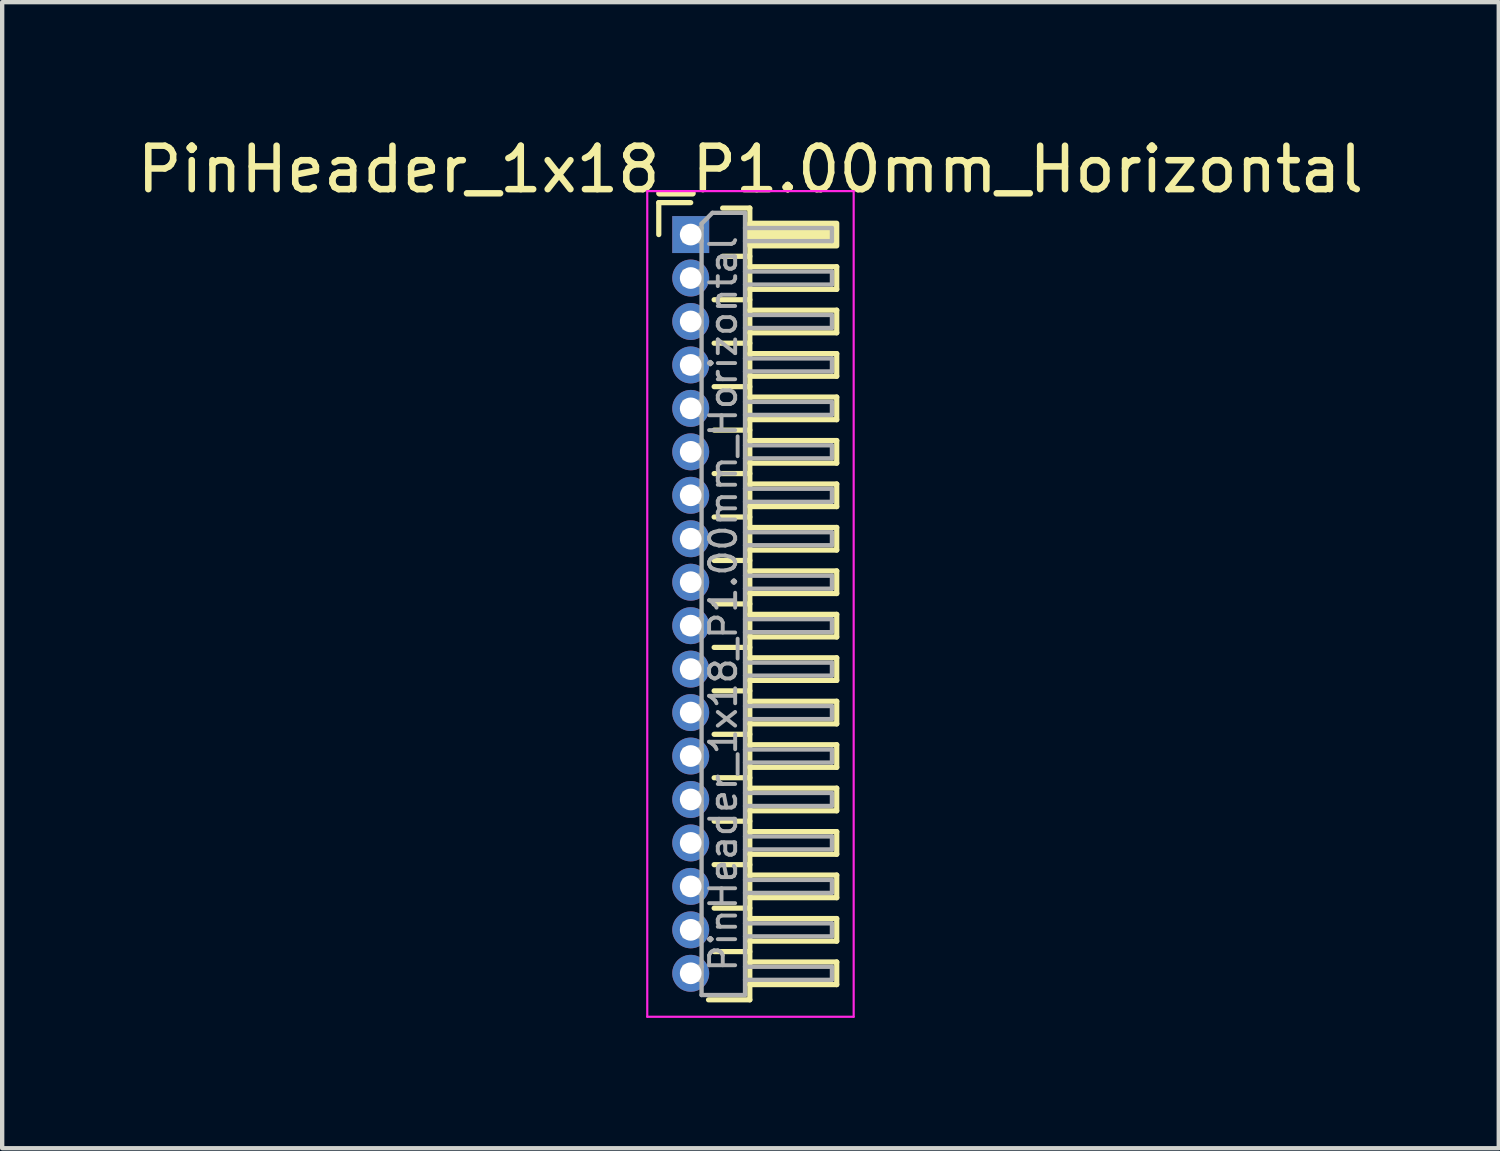
<source format=kicad_pcb>
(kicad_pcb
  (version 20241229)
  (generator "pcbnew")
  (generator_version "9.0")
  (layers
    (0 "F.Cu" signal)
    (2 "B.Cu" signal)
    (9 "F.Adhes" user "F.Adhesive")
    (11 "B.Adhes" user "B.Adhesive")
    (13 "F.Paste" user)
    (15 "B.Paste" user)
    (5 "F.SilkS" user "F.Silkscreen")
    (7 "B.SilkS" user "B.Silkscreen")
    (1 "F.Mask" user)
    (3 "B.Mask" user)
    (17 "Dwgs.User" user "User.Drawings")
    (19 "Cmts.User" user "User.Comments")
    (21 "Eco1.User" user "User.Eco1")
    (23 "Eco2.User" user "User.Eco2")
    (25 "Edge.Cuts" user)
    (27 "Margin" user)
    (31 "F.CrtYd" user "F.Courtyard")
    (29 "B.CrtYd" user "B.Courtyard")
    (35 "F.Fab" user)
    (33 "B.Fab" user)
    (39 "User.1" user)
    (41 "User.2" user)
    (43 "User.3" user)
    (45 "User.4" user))
  (footprint "PinHeader_1x18_P1.00mm_Horizontal"
    (layer "F.Cu")
    (at 12.845 2.348)
    (property "Reference" "PinHeader_1x18_P1.00mm_Horizontal" (at 1.375 -1.5 0) (layer "F.SilkS") (effects (font (size 1 1) (thickness 0.15))))
    (attr through_hole)
    (fp_line (start -0.735 -0.735) (end 0 -0.735) (stroke (width 0.12) (type solid)) (layer "F.SilkS"))
    (fp_line (start -0.735 0) (end -0.735 -0.735) (stroke (width 0.12) (type solid)) (layer "F.SilkS"))
    (fp_line (start 0.539 1.5) (end 1.36 1.5) (stroke (width 0.12) (type solid)) (layer "F.SilkS"))
    (fp_line (start 0.539 2.5) (end 1.36 2.5) (stroke (width 0.12) (type solid)) (layer "F.SilkS"))
    (fp_line (start 0.539 3.5) (end 1.36 3.5) (stroke (width 0.12) (type solid)) (layer "F.SilkS"))
    (fp_line (start 0.539 4.5) (end 1.36 4.5) (stroke (width 0.12) (type solid)) (layer "F.SilkS"))
    (fp_line (start 0.539 5.5) (end 1.36 5.5) (stroke (width 0.12) (type solid)) (layer "F.SilkS"))
    (fp_line (start 0.539 6.5) (end 1.36 6.5) (stroke (width 0.12) (type solid)) (layer "F.SilkS"))
    (fp_line (start 0.539 7.5) (end 1.36 7.5) (stroke (width 0.12) (type solid)) (layer "F.SilkS"))
    (fp_line (start 0.539 8.5) (end 1.36 8.5) (stroke (width 0.12) (type solid)) (layer "F.SilkS"))
    (fp_line (start 0.539 9.5) (end 1.36 9.5) (stroke (width 0.12) (type solid)) (layer "F.SilkS"))
    (fp_line (start 0.539 10.5) (end 1.36 10.5) (stroke (width 0.12) (type solid)) (layer "F.SilkS"))
    (fp_line (start 0.539 11.5) (end 1.36 11.5) (stroke (width 0.12) (type solid)) (layer "F.SilkS"))
    (fp_line (start 0.539 12.5) (end 1.36 12.5) (stroke (width 0.12) (type solid)) (layer "F.SilkS"))
    (fp_line (start 0.539 13.5) (end 1.36 13.5) (stroke (width 0.12) (type solid)) (layer "F.SilkS"))
    (fp_line (start 0.539 14.5) (end 1.36 14.5) (stroke (width 0.12) (type solid)) (layer "F.SilkS"))
    (fp_line (start 0.539 15.5) (end 1.36 15.5) (stroke (width 0.12) (type solid)) (layer "F.SilkS"))
    (fp_line (start 0.539 16.5) (end 1.36 16.5) (stroke (width 0.12) (type solid)) (layer "F.SilkS"))
    (fp_line (start 0.735 -0.61) (end 1.36 -0.61) (stroke (width 0.12) (type solid)) (layer "F.SilkS"))
    (fp_line (start 0.735 0.5) (end 1.36 0.5) (stroke (width 0.12) (type solid)) (layer "F.SilkS"))
    (fp_line (start 1.36 -0.61) (end 1.36 17.61) (stroke (width 0.12) (type solid)) (layer "F.SilkS"))
    (fp_line (start 1.36 0.74) (end 3.36 0.74) (stroke (width 0.12) (type solid)) (layer "F.SilkS"))
    (fp_line (start 1.36 1.74) (end 3.36 1.74) (stroke (width 0.12) (type solid)) (layer "F.SilkS"))
    (fp_line (start 1.36 2.74) (end 3.36 2.74) (stroke (width 0.12) (type solid)) (layer "F.SilkS"))
    (fp_line (start 1.36 3.74) (end 3.36 3.74) (stroke (width 0.12) (type solid)) (layer "F.SilkS"))
    (fp_line (start 1.36 4.74) (end 3.36 4.74) (stroke (width 0.12) (type solid)) (layer "F.SilkS"))
    (fp_line (start 1.36 5.74) (end 3.36 5.74) (stroke (width 0.12) (type solid)) (layer "F.SilkS"))
    (fp_line (start 1.36 6.74) (end 3.36 6.74) (stroke (width 0.12) (type solid)) (layer "F.SilkS"))
    (fp_line (start 1.36 7.74) (end 3.36 7.74) (stroke (width 0.12) (type solid)) (layer "F.SilkS"))
    (fp_line (start 1.36 8.74) (end 3.36 8.74) (stroke (width 0.12) (type solid)) (layer "F.SilkS"))
    (fp_line (start 1.36 9.74) (end 3.36 9.74) (stroke (width 0.12) (type solid)) (layer "F.SilkS"))
    (fp_line (start 1.36 10.74) (end 3.36 10.74) (stroke (width 0.12) (type solid)) (layer "F.SilkS"))
    (fp_line (start 1.36 11.74) (end 3.36 11.74) (stroke (width 0.12) (type solid)) (layer "F.SilkS"))
    (fp_line (start 1.36 12.74) (end 3.36 12.74) (stroke (width 0.12) (type solid)) (layer "F.SilkS"))
    (fp_line (start 1.36 13.74) (end 3.36 13.74) (stroke (width 0.12) (type solid)) (layer "F.SilkS"))
    (fp_line (start 1.36 14.74) (end 3.36 14.74) (stroke (width 0.12) (type solid)) (layer "F.SilkS"))
    (fp_line (start 1.36 15.74) (end 3.36 15.74) (stroke (width 0.12) (type solid)) (layer "F.SilkS"))
    (fp_line (start 1.36 16.74) (end 3.36 16.74) (stroke (width 0.12) (type solid)) (layer "F.SilkS"))
    (fp_line (start 1.36 17.61) (end 0.41 17.61) (stroke (width 0.12) (type solid)) (layer "F.SilkS"))
    (fp_line (start 3.36 0.74) (end 3.36 1.26) (stroke (width 0.12) (type solid)) (layer "F.SilkS"))
    (fp_line (start 3.36 1.26) (end 1.36 1.26) (stroke (width 0.12) (type solid)) (layer "F.SilkS"))
    (fp_line (start 3.36 1.74) (end 3.36 2.26) (stroke (width 0.12) (type solid)) (layer "F.SilkS"))
    (fp_line (start 3.36 2.26) (end 1.36 2.26) (stroke (width 0.12) (type solid)) (layer "F.SilkS"))
    (fp_line (start 3.36 2.74) (end 3.36 3.26) (stroke (width 0.12) (type solid)) (layer "F.SilkS"))
    (fp_line (start 3.36 3.26) (end 1.36 3.26) (stroke (width 0.12) (type solid)) (layer "F.SilkS"))
    (fp_line (start 3.36 3.74) (end 3.36 4.26) (stroke (width 0.12) (type solid)) (layer "F.SilkS"))
    (fp_line (start 3.36 4.26) (end 1.36 4.26) (stroke (width 0.12) (type solid)) (layer "F.SilkS"))
    (fp_line (start 3.36 4.74) (end 3.36 5.26) (stroke (width 0.12) (type solid)) (layer "F.SilkS"))
    (fp_line (start 3.36 5.26) (end 1.36 5.26) (stroke (width 0.12) (type solid)) (layer "F.SilkS"))
    (fp_line (start 3.36 5.74) (end 3.36 6.26) (stroke (width 0.12) (type solid)) (layer "F.SilkS"))
    (fp_line (start 3.36 6.26) (end 1.36 6.26) (stroke (width 0.12) (type solid)) (layer "F.SilkS"))
    (fp_line (start 3.36 6.74) (end 3.36 7.26) (stroke (width 0.12) (type solid)) (layer "F.SilkS"))
    (fp_line (start 3.36 7.26) (end 1.36 7.26) (stroke (width 0.12) (type solid)) (layer "F.SilkS"))
    (fp_line (start 3.36 7.74) (end 3.36 8.26) (stroke (width 0.12) (type solid)) (layer "F.SilkS"))
    (fp_line (start 3.36 8.26) (end 1.36 8.26) (stroke (width 0.12) (type solid)) (layer "F.SilkS"))
    (fp_line (start 3.36 8.74) (end 3.36 9.26) (stroke (width 0.12) (type solid)) (layer "F.SilkS"))
    (fp_line (start 3.36 9.26) (end 1.36 9.26) (stroke (width 0.12) (type solid)) (layer "F.SilkS"))
    (fp_line (start 3.36 9.74) (end 3.36 10.26) (stroke (width 0.12) (type solid)) (layer "F.SilkS"))
    (fp_line (start 3.36 10.26) (end 1.36 10.26) (stroke (width 0.12) (type solid)) (layer "F.SilkS"))
    (fp_line (start 3.36 10.74) (end 3.36 11.26) (stroke (width 0.12) (type solid)) (layer "F.SilkS"))
    (fp_line (start 3.36 11.26) (end 1.36 11.26) (stroke (width 0.12) (type solid)) (layer "F.SilkS"))
    (fp_line (start 3.36 11.74) (end 3.36 12.26) (stroke (width 0.12) (type solid)) (layer "F.SilkS"))
    (fp_line (start 3.36 12.26) (end 1.36 12.26) (stroke (width 0.12) (type solid)) (layer "F.SilkS"))
    (fp_line (start 3.36 12.74) (end 3.36 13.26) (stroke (width 0.12) (type solid)) (layer "F.SilkS"))
    (fp_line (start 3.36 13.26) (end 1.36 13.26) (stroke (width 0.12) (type solid)) (layer "F.SilkS"))
    (fp_line (start 3.36 13.74) (end 3.36 14.26) (stroke (width 0.12) (type solid)) (layer "F.SilkS"))
    (fp_line (start 3.36 14.26) (end 1.36 14.26) (stroke (width 0.12) (type solid)) (layer "F.SilkS"))
    (fp_line (start 3.36 14.74) (end 3.36 15.26) (stroke (width 0.12) (type solid)) (layer "F.SilkS"))
    (fp_line (start 3.36 15.26) (end 1.36 15.26) (stroke (width 0.12) (type solid)) (layer "F.SilkS"))
    (fp_line (start 3.36 15.74) (end 3.36 16.26) (stroke (width 0.12) (type solid)) (layer "F.SilkS"))
    (fp_line (start 3.36 16.26) (end 1.36 16.26) (stroke (width 0.12) (type solid)) (layer "F.SilkS"))
    (fp_line (start 3.36 16.74) (end 3.36 17.26) (stroke (width 0.12) (type solid)) (layer "F.SilkS"))
    (fp_line (start 3.36 17.26) (end 1.36 17.26) (stroke (width 0.12) (type solid)) (layer "F.SilkS"))
    (fp_rect (start 1.36 -0.26) (end 3.36 0.26) (stroke (width 0.12) (type solid)) (fill yes) (layer "F.SilkS"))
    (fp_line (start -1 -1) (end -1 18) (stroke (width 0.05) (type solid)) (layer "F.CrtYd"))
    (fp_line (start -1 18) (end 3.75 18) (stroke (width 0.05) (type solid)) (layer "F.CrtYd"))
    (fp_line (start 3.75 -1) (end -1 -1) (stroke (width 0.05) (type solid)) (layer "F.CrtYd"))
    (fp_line (start 3.75 18) (end 3.75 -1) (stroke (width 0.05) (type solid)) (layer "F.CrtYd"))
    (fp_line (start -0.15 -0.15) (end -0.15 0.15) (stroke (width 0.1) (type solid)) (layer "F.Fab"))
    (fp_line (start -0.15 -0.15) (end 0.25 -0.15) (stroke (width 0.1) (type solid)) (layer "F.Fab"))
    (fp_line (start -0.15 0.15) (end 0.25 0.15) (stroke (width 0.1) (type solid)) (layer "F.Fab"))
    (fp_line (start -0.15 0.85) (end -0.15 1.15) (stroke (width 0.1) (type solid)) (layer "F.Fab"))
    (fp_line (start -0.15 0.85) (end 0.25 0.85) (stroke (width 0.1) (type solid)) (layer "F.Fab"))
    (fp_line (start -0.15 1.15) (end 0.25 1.15) (stroke (width 0.1) (type solid)) (layer "F.Fab"))
    (fp_line (start -0.15 1.85) (end -0.15 2.15) (stroke (width 0.1) (type solid)) (layer "F.Fab"))
    (fp_line (start -0.15 1.85) (end 0.25 1.85) (stroke (width 0.1) (type solid)) (layer "F.Fab"))
    (fp_line (start -0.15 2.15) (end 0.25 2.15) (stroke (width 0.1) (type solid)) (layer "F.Fab"))
    (fp_line (start -0.15 2.85) (end -0.15 3.15) (stroke (width 0.1) (type solid)) (layer "F.Fab"))
    (fp_line (start -0.15 2.85) (end 0.25 2.85) (stroke (width 0.1) (type solid)) (layer "F.Fab"))
    (fp_line (start -0.15 3.15) (end 0.25 3.15) (stroke (width 0.1) (type solid)) (layer "F.Fab"))
    (fp_line (start -0.15 3.85) (end -0.15 4.15) (stroke (width 0.1) (type solid)) (layer "F.Fab"))
    (fp_line (start -0.15 3.85) (end 0.25 3.85) (stroke (width 0.1) (type solid)) (layer "F.Fab"))
    (fp_line (start -0.15 4.15) (end 0.25 4.15) (stroke (width 0.1) (type solid)) (layer "F.Fab"))
    (fp_line (start -0.15 4.85) (end -0.15 5.15) (stroke (width 0.1) (type solid)) (layer "F.Fab"))
    (fp_line (start -0.15 4.85) (end 0.25 4.85) (stroke (width 0.1) (type solid)) (layer "F.Fab"))
    (fp_line (start -0.15 5.15) (end 0.25 5.15) (stroke (width 0.1) (type solid)) (layer "F.Fab"))
    (fp_line (start -0.15 5.85) (end -0.15 6.15) (stroke (width 0.1) (type solid)) (layer "F.Fab"))
    (fp_line (start -0.15 5.85) (end 0.25 5.85) (stroke (width 0.1) (type solid)) (layer "F.Fab"))
    (fp_line (start -0.15 6.15) (end 0.25 6.15) (stroke (width 0.1) (type solid)) (layer "F.Fab"))
    (fp_line (start -0.15 6.85) (end -0.15 7.15) (stroke (width 0.1) (type solid)) (layer "F.Fab"))
    (fp_line (start -0.15 6.85) (end 0.25 6.85) (stroke (width 0.1) (type solid)) (layer "F.Fab"))
    (fp_line (start -0.15 7.15) (end 0.25 7.15) (stroke (width 0.1) (type solid)) (layer "F.Fab"))
    (fp_line (start -0.15 7.85) (end -0.15 8.15) (stroke (width 0.1) (type solid)) (layer "F.Fab"))
    (fp_line (start -0.15 7.85) (end 0.25 7.85) (stroke (width 0.1) (type solid)) (layer "F.Fab"))
    (fp_line (start -0.15 8.15) (end 0.25 8.15) (stroke (width 0.1) (type solid)) (layer "F.Fab"))
    (fp_line (start -0.15 8.85) (end -0.15 9.15) (stroke (width 0.1) (type solid)) (layer "F.Fab"))
    (fp_line (start -0.15 8.85) (end 0.25 8.85) (stroke (width 0.1) (type solid)) (layer "F.Fab"))
    (fp_line (start -0.15 9.15) (end 0.25 9.15) (stroke (width 0.1) (type solid)) (layer "F.Fab"))
    (fp_line (start -0.15 9.85) (end -0.15 10.15) (stroke (width 0.1) (type solid)) (layer "F.Fab"))
    (fp_line (start -0.15 9.85) (end 0.25 9.85) (stroke (width 0.1) (type solid)) (layer "F.Fab"))
    (fp_line (start -0.15 10.15) (end 0.25 10.15) (stroke (width 0.1) (type solid)) (layer "F.Fab"))
    (fp_line (start -0.15 10.85) (end -0.15 11.15) (stroke (width 0.1) (type solid)) (layer "F.Fab"))
    (fp_line (start -0.15 10.85) (end 0.25 10.85) (stroke (width 0.1) (type solid)) (layer "F.Fab"))
    (fp_line (start -0.15 11.15) (end 0.25 11.15) (stroke (width 0.1) (type solid)) (layer "F.Fab"))
    (fp_line (start -0.15 11.85) (end -0.15 12.15) (stroke (width 0.1) (type solid)) (layer "F.Fab"))
    (fp_line (start -0.15 11.85) (end 0.25 11.85) (stroke (width 0.1) (type solid)) (layer "F.Fab"))
    (fp_line (start -0.15 12.15) (end 0.25 12.15) (stroke (width 0.1) (type solid)) (layer "F.Fab"))
    (fp_line (start -0.15 12.85) (end -0.15 13.15) (stroke (width 0.1) (type solid)) (layer "F.Fab"))
    (fp_line (start -0.15 12.85) (end 0.25 12.85) (stroke (width 0.1) (type solid)) (layer "F.Fab"))
    (fp_line (start -0.15 13.15) (end 0.25 13.15) (stroke (width 0.1) (type solid)) (layer "F.Fab"))
    (fp_line (start -0.15 13.85) (end -0.15 14.15) (stroke (width 0.1) (type solid)) (layer "F.Fab"))
    (fp_line (start -0.15 13.85) (end 0.25 13.85) (stroke (width 0.1) (type solid)) (layer "F.Fab"))
    (fp_line (start -0.15 14.15) (end 0.25 14.15) (stroke (width 0.1) (type solid)) (layer "F.Fab"))
    (fp_line (start -0.15 14.85) (end -0.15 15.15) (stroke (width 0.1) (type solid)) (layer "F.Fab"))
    (fp_line (start -0.15 14.85) (end 0.25 14.85) (stroke (width 0.1) (type solid)) (layer "F.Fab"))
    (fp_line (start -0.15 15.15) (end 0.25 15.15) (stroke (width 0.1) (type solid)) (layer "F.Fab"))
    (fp_line (start -0.15 15.85) (end -0.15 16.15) (stroke (width 0.1) (type solid)) (layer "F.Fab"))
    (fp_line (start -0.15 15.85) (end 0.25 15.85) (stroke (width 0.1) (type solid)) (layer "F.Fab"))
    (fp_line (start -0.15 16.15) (end 0.25 16.15) (stroke (width 0.1) (type solid)) (layer "F.Fab"))
    (fp_line (start -0.15 16.85) (end -0.15 17.15) (stroke (width 0.1) (type solid)) (layer "F.Fab"))
    (fp_line (start -0.15 16.85) (end 0.25 16.85) (stroke (width 0.1) (type solid)) (layer "F.Fab"))
    (fp_line (start -0.15 17.15) (end 0.25 17.15) (stroke (width 0.1) (type solid)) (layer "F.Fab"))
    (fp_line (start 0.25 -0.25) (end 0.5 -0.5) (stroke (width 0.1) (type solid)) (layer "F.Fab"))
    (fp_line (start 0.25 17.5) (end 0.25 -0.25) (stroke (width 0.1) (type solid)) (layer "F.Fab"))
    (fp_line (start 0.5 -0.5) (end 1.25 -0.5) (stroke (width 0.1) (type solid)) (layer "F.Fab"))
    (fp_line (start 1.25 -0.5) (end 1.25 17.5) (stroke (width 0.1) (type solid)) (layer "F.Fab"))
    (fp_line (start 1.25 -0.15) (end 3.25 -0.15) (stroke (width 0.1) (type solid)) (layer "F.Fab"))
    (fp_line (start 1.25 0.15) (end 3.25 0.15) (stroke (width 0.1) (type solid)) (layer "F.Fab"))
    (fp_line (start 1.25 0.85) (end 3.25 0.85) (stroke (width 0.1) (type solid)) (layer "F.Fab"))
    (fp_line (start 1.25 1.15) (end 3.25 1.15) (stroke (width 0.1) (type solid)) (layer "F.Fab"))
    (fp_line (start 1.25 1.85) (end 3.25 1.85) (stroke (width 0.1) (type solid)) (layer "F.Fab"))
    (fp_line (start 1.25 2.15) (end 3.25 2.15) (stroke (width 0.1) (type solid)) (layer "F.Fab"))
    (fp_line (start 1.25 2.85) (end 3.25 2.85) (stroke (width 0.1) (type solid)) (layer "F.Fab"))
    (fp_line (start 1.25 3.15) (end 3.25 3.15) (stroke (width 0.1) (type solid)) (layer "F.Fab"))
    (fp_line (start 1.25 3.85) (end 3.25 3.85) (stroke (width 0.1) (type solid)) (layer "F.Fab"))
    (fp_line (start 1.25 4.15) (end 3.25 4.15) (stroke (width 0.1) (type solid)) (layer "F.Fab"))
    (fp_line (start 1.25 4.85) (end 3.25 4.85) (stroke (width 0.1) (type solid)) (layer "F.Fab"))
    (fp_line (start 1.25 5.15) (end 3.25 5.15) (stroke (width 0.1) (type solid)) (layer "F.Fab"))
    (fp_line (start 1.25 5.85) (end 3.25 5.85) (stroke (width 0.1) (type solid)) (layer "F.Fab"))
    (fp_line (start 1.25 6.15) (end 3.25 6.15) (stroke (width 0.1) (type solid)) (layer "F.Fab"))
    (fp_line (start 1.25 6.85) (end 3.25 6.85) (stroke (width 0.1) (type solid)) (layer "F.Fab"))
    (fp_line (start 1.25 7.15) (end 3.25 7.15) (stroke (width 0.1) (type solid)) (layer "F.Fab"))
    (fp_line (start 1.25 7.85) (end 3.25 7.85) (stroke (width 0.1) (type solid)) (layer "F.Fab"))
    (fp_line (start 1.25 8.15) (end 3.25 8.15) (stroke (width 0.1) (type solid)) (layer "F.Fab"))
    (fp_line (start 1.25 8.85) (end 3.25 8.85) (stroke (width 0.1) (type solid)) (layer "F.Fab"))
    (fp_line (start 1.25 9.15) (end 3.25 9.15) (stroke (width 0.1) (type solid)) (layer "F.Fab"))
    (fp_line (start 1.25 9.85) (end 3.25 9.85) (stroke (width 0.1) (type solid)) (layer "F.Fab"))
    (fp_line (start 1.25 10.15) (end 3.25 10.15) (stroke (width 0.1) (type solid)) (layer "F.Fab"))
    (fp_line (start 1.25 10.85) (end 3.25 10.85) (stroke (width 0.1) (type solid)) (layer "F.Fab"))
    (fp_line (start 1.25 11.15) (end 3.25 11.15) (stroke (width 0.1) (type solid)) (layer "F.Fab"))
    (fp_line (start 1.25 11.85) (end 3.25 11.85) (stroke (width 0.1) (type solid)) (layer "F.Fab"))
    (fp_line (start 1.25 12.15) (end 3.25 12.15) (stroke (width 0.1) (type solid)) (layer "F.Fab"))
    (fp_line (start 1.25 12.85) (end 3.25 12.85) (stroke (width 0.1) (type solid)) (layer "F.Fab"))
    (fp_line (start 1.25 13.15) (end 3.25 13.15) (stroke (width 0.1) (type solid)) (layer "F.Fab"))
    (fp_line (start 1.25 13.85) (end 3.25 13.85) (stroke (width 0.1) (type solid)) (layer "F.Fab"))
    (fp_line (start 1.25 14.15) (end 3.25 14.15) (stroke (width 0.1) (type solid)) (layer "F.Fab"))
    (fp_line (start 1.25 14.85) (end 3.25 14.85) (stroke (width 0.1) (type solid)) (layer "F.Fab"))
    (fp_line (start 1.25 15.15) (end 3.25 15.15) (stroke (width 0.1) (type solid)) (layer "F.Fab"))
    (fp_line (start 1.25 15.85) (end 3.25 15.85) (stroke (width 0.1) (type solid)) (layer "F.Fab"))
    (fp_line (start 1.25 16.15) (end 3.25 16.15) (stroke (width 0.1) (type solid)) (layer "F.Fab"))
    (fp_line (start 1.25 16.85) (end 3.25 16.85) (stroke (width 0.1) (type solid)) (layer "F.Fab"))
    (fp_line (start 1.25 17.15) (end 3.25 17.15) (stroke (width 0.1) (type solid)) (layer "F.Fab"))
    (fp_line (start 1.25 17.5) (end 0.25 17.5) (stroke (width 0.1) (type solid)) (layer "F.Fab"))
    (fp_line (start 3.25 -0.15) (end 3.25 0.15) (stroke (width 0.1) (type solid)) (layer "F.Fab"))
    (fp_line (start 3.25 0.85) (end 3.25 1.15) (stroke (width 0.1) (type solid)) (layer "F.Fab"))
    (fp_line (start 3.25 1.85) (end 3.25 2.15) (stroke (width 0.1) (type solid)) (layer "F.Fab"))
    (fp_line (start 3.25 2.85) (end 3.25 3.15) (stroke (width 0.1) (type solid)) (layer "F.Fab"))
    (fp_line (start 3.25 3.85) (end 3.25 4.15) (stroke (width 0.1) (type solid)) (layer "F.Fab"))
    (fp_line (start 3.25 4.85) (end 3.25 5.15) (stroke (width 0.1) (type solid)) (layer "F.Fab"))
    (fp_line (start 3.25 5.85) (end 3.25 6.15) (stroke (width 0.1) (type solid)) (layer "F.Fab"))
    (fp_line (start 3.25 6.85) (end 3.25 7.15) (stroke (width 0.1) (type solid)) (layer "F.Fab"))
    (fp_line (start 3.25 7.85) (end 3.25 8.15) (stroke (width 0.1) (type solid)) (layer "F.Fab"))
    (fp_line (start 3.25 8.85) (end 3.25 9.15) (stroke (width 0.1) (type solid)) (layer "F.Fab"))
    (fp_line (start 3.25 9.85) (end 3.25 10.15) (stroke (width 0.1) (type solid)) (layer "F.Fab"))
    (fp_line (start 3.25 10.85) (end 3.25 11.15) (stroke (width 0.1) (type solid)) (layer "F.Fab"))
    (fp_line (start 3.25 11.85) (end 3.25 12.15) (stroke (width 0.1) (type solid)) (layer "F.Fab"))
    (fp_line (start 3.25 12.85) (end 3.25 13.15) (stroke (width 0.1) (type solid)) (layer "F.Fab"))
    (fp_line (start 3.25 13.85) (end 3.25 14.15) (stroke (width 0.1) (type solid)) (layer "F.Fab"))
    (fp_line (start 3.25 14.85) (end 3.25 15.15) (stroke (width 0.1) (type solid)) (layer "F.Fab"))
    (fp_line (start 3.25 15.85) (end 3.25 16.15) (stroke (width 0.1) (type solid)) (layer "F.Fab"))
    (fp_line (start 3.25 16.85) (end 3.25 17.15) (stroke (width 0.1) (type solid)) (layer "F.Fab"))
    (fp_text user "${REFERENCE}" (at 0.75 8.5 90) (layer "F.Fab") (effects (font (size 0.6 0.6) (thickness 0.09))))
    (pad "1" thru_hole rect (at 0 0) (size 0.85 0.85) (drill 0.5) (layers "*.Cu" "*.Mask"))
    (pad "2" thru_hole circle (at 0 1) (size 0.85 0.85) (drill 0.5) (layers "*.Cu" "*.Mask"))
    (pad "3" thru_hole circle (at 0 2) (size 0.85 0.85) (drill 0.5) (layers "*.Cu" "*.Mask"))
    (pad "4" thru_hole circle (at 0 3) (size 0.85 0.85) (drill 0.5) (layers "*.Cu" "*.Mask"))
    (pad "5" thru_hole circle (at 0 4) (size 0.85 0.85) (drill 0.5) (layers "*.Cu" "*.Mask"))
    (pad "6" thru_hole circle (at 0 5) (size 0.85 0.85) (drill 0.5) (layers "*.Cu" "*.Mask"))
    (pad "7" thru_hole circle (at 0 6) (size 0.85 0.85) (drill 0.5) (layers "*.Cu" "*.Mask"))
    (pad "8" thru_hole circle (at 0 7) (size 0.85 0.85) (drill 0.5) (layers "*.Cu" "*.Mask"))
    (pad "9" thru_hole circle (at 0 8) (size 0.85 0.85) (drill 0.5) (layers "*.Cu" "*.Mask"))
    (pad "10" thru_hole circle (at 0 9) (size 0.85 0.85) (drill 0.5) (layers "*.Cu" "*.Mask"))
    (pad "11" thru_hole circle (at 0 10) (size 0.85 0.85) (drill 0.5) (layers "*.Cu" "*.Mask"))
    (pad "12" thru_hole circle (at 0 11) (size 0.85 0.85) (drill 0.5) (layers "*.Cu" "*.Mask"))
    (pad "13" thru_hole circle (at 0 12) (size 0.85 0.85) (drill 0.5) (layers "*.Cu" "*.Mask"))
    (pad "14" thru_hole circle (at 0 13) (size 0.85 0.85) (drill 0.5) (layers "*.Cu" "*.Mask"))
    (pad "15" thru_hole circle (at 0 14) (size 0.85 0.85) (drill 0.5) (layers "*.Cu" "*.Mask"))
    (pad "16" thru_hole circle (at 0 15) (size 0.85 0.85) (drill 0.5) (layers "*.Cu" "*.Mask"))
    (pad "17" thru_hole circle (at 0 16) (size 0.85 0.85) (drill 0.5) (layers "*.Cu" "*.Mask"))
    (pad "18" thru_hole circle (at 0 17) (size 0.85 0.85) (drill 0.5) (layers "*.Cu" "*.Mask")))
  (gr_rect
    (start -3 -3)
    (end 31.44 23.373)
    (stroke (width 0.1) (type default))
    (fill no)
    (layer "Edge.Cuts")))
</source>
